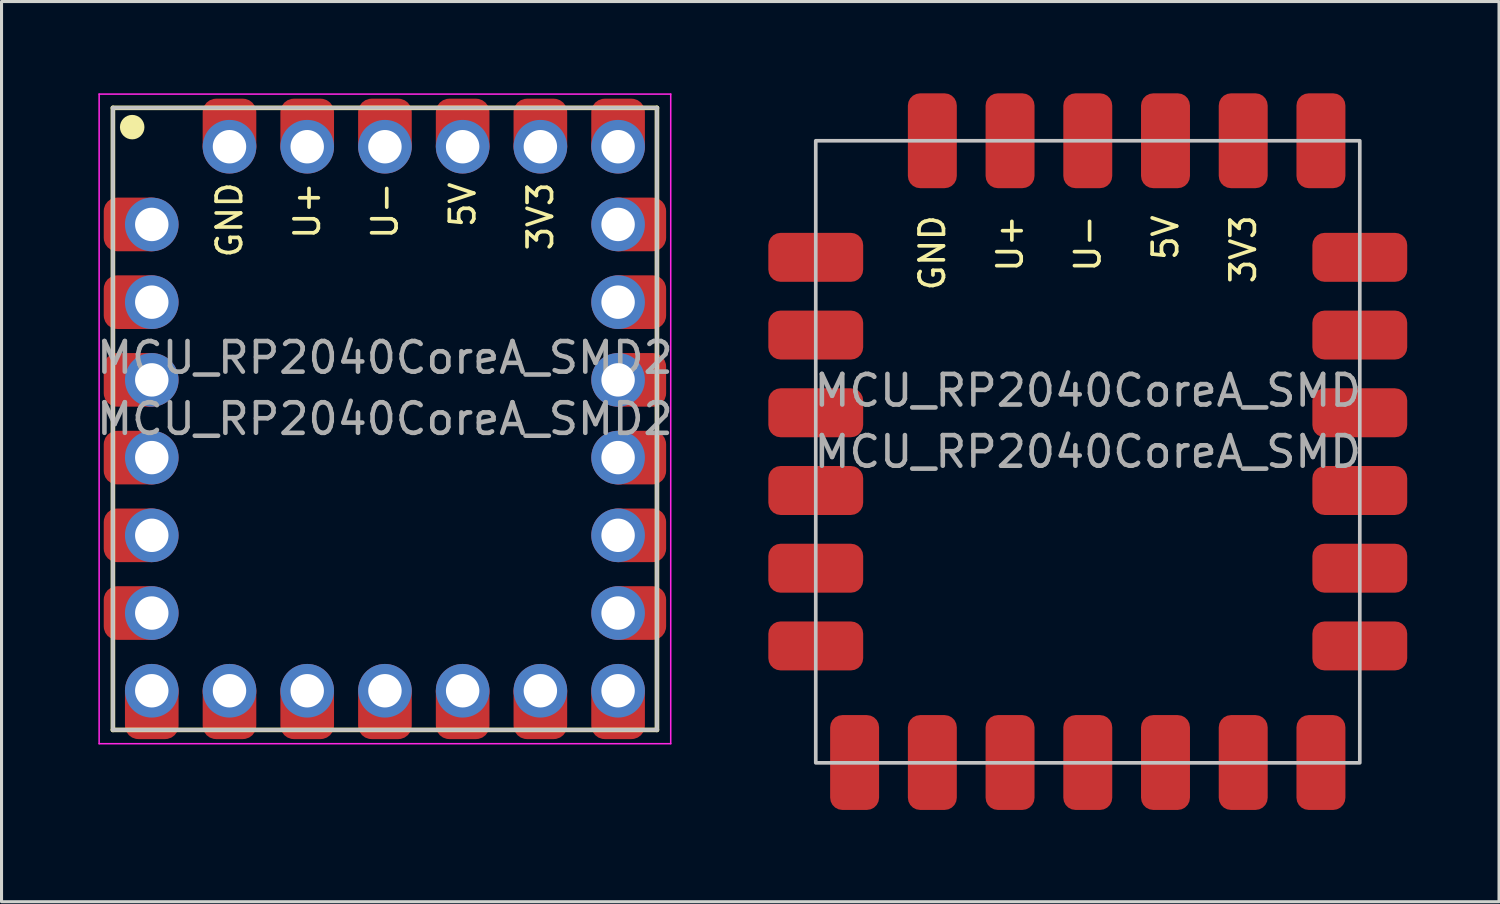
<source format=kicad_pcb>
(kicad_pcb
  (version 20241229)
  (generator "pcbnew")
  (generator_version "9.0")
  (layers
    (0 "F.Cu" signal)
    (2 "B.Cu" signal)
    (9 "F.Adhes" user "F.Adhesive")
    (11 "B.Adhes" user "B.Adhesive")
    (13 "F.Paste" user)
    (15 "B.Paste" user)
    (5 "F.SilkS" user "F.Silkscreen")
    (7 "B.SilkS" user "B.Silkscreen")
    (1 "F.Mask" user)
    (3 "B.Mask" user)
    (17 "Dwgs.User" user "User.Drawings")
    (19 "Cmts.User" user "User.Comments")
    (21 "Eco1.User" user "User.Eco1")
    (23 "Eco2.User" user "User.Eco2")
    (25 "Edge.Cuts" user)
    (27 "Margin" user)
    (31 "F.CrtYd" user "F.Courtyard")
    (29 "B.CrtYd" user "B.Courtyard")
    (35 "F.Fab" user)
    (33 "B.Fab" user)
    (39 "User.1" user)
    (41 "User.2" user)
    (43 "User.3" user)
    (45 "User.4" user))
  (footprint "MCU_RP2040CoreA_SMD2"
    (layer "F.Cu")
    (at 9.53 10.64)
    (property "Reference" "MCU_RP2040CoreA_SMD2" (at 0 -2 0) (layer "F.Fab") (effects (font (size 1 1) (thickness 0.15))))
    (fp_line (start -8.89 -10.165) (end -8.89 10.165) (stroke (width 0.15) (type default)) (layer "F.SilkS"))
    (fp_line (start -8.26 -9.535) (end -8.26 -9.535) (stroke (width 0.8) (type default)) (layer "F.SilkS"))
    (fp_line (start 8.89 -10.165) (end -8.89 -10.165) (stroke (width 0.15) (type default)) (layer "F.SilkS"))
    (fp_line (start 8.89 -10.165) (end 8.89 10.165) (stroke (width 0.15) (type default)) (layer "F.SilkS"))
    (fp_line (start 8.89 10.165) (end -8.89 10.165) (stroke (width 0.15) (type default)) (layer "F.SilkS"))
    (fp_line (start -8.89 -10.165) (end -8.89 10.165) (stroke (width 0.12) (type default)) (layer "Dwgs.User"))
    (fp_line (start -8.89 -10.165) (end 8.89 -10.165) (stroke (width 0.12) (type default)) (layer "Dwgs.User"))
    (fp_line (start 8.89 -10.165) (end 8.89 10.165) (stroke (width 0.12) (type default)) (layer "Dwgs.User"))
    (fp_line (start 8.89 10.165) (end -8.89 10.165) (stroke (width 0.12) (type default)) (layer "Dwgs.User"))
    (fp_line (start -9.34 -10.615) (end 9.34 -10.615) (stroke (width 0.05) (type default)) (layer "F.CrtYd"))
    (fp_line (start -9.34 10.615) (end -9.34 -10.615) (stroke (width 0.05) (type default)) (layer "F.CrtYd"))
    (fp_line (start 9.34 -10.615) (end 9.34 10.615) (stroke (width 0.05) (type default)) (layer "F.CrtYd"))
    (fp_line (start 9.34 10.615) (end -9.34 10.615) (stroke (width 0.05) (type default)) (layer "F.CrtYd"))
    (fp_text user "3V3" (at 5.08 -7.8 90) (layer "F.SilkS") (effects (font (size 0.8 0.8) (thickness 0.12)) (justify right)))
    (fp_text user "U-" (at 0 -7.8 90) (layer "F.SilkS") (effects (font (size 0.8 0.8) (thickness 0.12)) (justify right)))
    (fp_text user "5V" (at 2.54 -7.8 90) (layer "F.SilkS") (effects (font (size 0.8 0.8) (thickness 0.12)) (justify right)))
    (fp_text user "U+" (at -2.54 -7.8 90) (layer "F.SilkS") (effects (font (size 0.8 0.8) (thickness 0.12)) (justify right)))
    (fp_text user "GND" (at -5.08 -7.8 90) (layer "F.SilkS") (effects (font (size 0.8 0.8) (thickness 0.12)) (justify right)))
    (fp_text user "${REFERENCE}" (at 0 0 0) (unlocked yes) (layer "F.Fab") (effects (font (size 1 1) (thickness 0.15))))
    (pad "1" smd roundrect (at -8.19 -6.355) (size 2 1.753) (layers "F.Cu" "F.Mask") (roundrect_rratio 0.25) (chamfer_ratio 0.2) (chamfer))
    (pad "1" thru_hole circle (at -7.62 -6.355) (size 1.753 1.753) (drill 1.092) (layers "*.Cu" "*.Mask"))
    (pad "2" smd roundrect (at -8.19 -3.815) (size 2 1.753) (layers "F.Cu" "F.Mask") (roundrect_rratio 0.25) (chamfer_ratio 0.2) (chamfer))
    (pad "2" thru_hole circle (at -7.62 -3.815) (size 1.753 1.753) (drill 1.092) (layers "*.Cu" "*.Mask"))
    (pad "3" smd roundrect (at -8.19 -1.275) (size 2 1.753) (layers "F.Cu" "F.Mask") (roundrect_rratio 0.25) (chamfer_ratio 0.2) (chamfer))
    (pad "3" thru_hole circle (at -7.62 -1.275) (size 1.753 1.753) (drill 1.092) (layers "*.Cu" "*.Mask"))
    (pad "4" smd roundrect (at -8.19 1.265) (size 2 1.753) (layers "F.Cu" "F.Mask") (roundrect_rratio 0.25) (chamfer_ratio 0.2) (chamfer))
    (pad "4" thru_hole circle (at -7.62 1.265) (size 1.753 1.753) (drill 1.092) (layers "*.Cu" "*.Mask"))
    (pad "5" smd roundrect (at -8.19 3.805) (size 2 1.753) (layers "F.Cu" "F.Mask") (roundrect_rratio 0.25) (chamfer_ratio 0.2) (chamfer))
    (pad "5" thru_hole circle (at -7.62 3.805) (size 1.753 1.753) (drill 1.092) (layers "*.Cu" "*.Mask"))
    (pad "6" smd roundrect (at -8.19 6.345) (size 2 1.753) (layers "F.Cu" "F.Mask") (roundrect_rratio 0.25) (chamfer_ratio 0.2) (chamfer))
    (pad "6" thru_hole circle (at -7.62 6.345) (size 1.753 1.753) (drill 1.092) (layers "*.Cu" "*.Mask"))
    (pad "7" thru_hole circle (at -7.62 8.885) (size 1.753 1.753) (drill 1.092) (layers "*.Cu" "*.Mask"))
    (pad "7" smd roundrect (at -7.62 9.465 90) (size 2 1.753) (layers "F.Cu" "F.Mask") (roundrect_rratio 0.25) (chamfer_ratio 0.2) (chamfer))
    (pad "8" thru_hole circle (at -5.08 8.885 90) (size 1.753 1.753) (drill 1.092) (layers "*.Cu" "*.Mask"))
    (pad "8" smd roundrect (at -5.08 9.465 90) (size 2 1.753) (layers "F.Cu" "F.Mask") (roundrect_rratio 0.25) (chamfer_ratio 0.2) (chamfer))
    (pad "9" thru_hole circle (at -2.54 8.885 90) (size 1.753 1.753) (drill 1.092) (layers "*.Cu" "*.Mask"))
    (pad "9" smd roundrect (at -2.54 9.465 90) (size 2 1.753) (layers "F.Cu" "F.Mask") (roundrect_rratio 0.25) (chamfer_ratio 0.2) (chamfer))
    (pad "10" thru_hole circle (at 0 8.885 90) (size 1.753 1.753) (drill 1.092) (layers "*.Cu" "*.Mask"))
    (pad "10" smd roundrect (at 0 9.465 90) (size 2 1.753) (layers "F.Cu" "F.Mask") (roundrect_rratio 0.25) (chamfer_ratio 0.2) (chamfer))
    (pad "11" thru_hole circle (at 2.54 8.885 90) (size 1.753 1.753) (drill 1.092) (layers "*.Cu" "*.Mask"))
    (pad "11" smd roundrect (at 2.54 9.465 90) (size 2 1.753) (layers "F.Cu" "F.Mask") (roundrect_rratio 0.25) (chamfer_ratio 0.2) (chamfer))
    (pad "12" thru_hole circle (at 5.08 8.885 90) (size 1.753 1.753) (drill 1.092) (layers "*.Cu" "*.Mask"))
    (pad "12" smd roundrect (at 5.08 9.465 90) (size 2 1.753) (layers "F.Cu" "F.Mask") (roundrect_rratio 0.25) (chamfer_ratio 0.2) (chamfer))
    (pad "13" thru_hole circle (at 7.62 8.885) (size 1.753 1.753) (drill 1.092) (layers "*.Cu" "*.Mask"))
    (pad "13" smd roundrect (at 7.62 9.465 90) (size 2 1.753) (layers "F.Cu" "F.Mask") (roundrect_rratio 0.25) (chamfer_ratio 0.2) (chamfer))
    (pad "14" thru_hole circle (at 7.62 6.345) (size 1.753 1.753) (drill 1.092) (layers "*.Cu" "*.Mask"))
    (pad "14" smd roundrect (at 8.19 6.345 180) (size 2 1.753) (layers "F.Cu" "F.Mask") (roundrect_rratio 0.25) (chamfer_ratio 0.2) (chamfer))
    (pad "15" thru_hole circle (at 7.62 3.805) (size 1.753 1.753) (drill 1.092) (layers "*.Cu" "*.Mask"))
    (pad "15" smd roundrect (at 8.19 3.805 180) (size 2 1.753) (layers "F.Cu" "F.Mask") (roundrect_rratio 0.25) (chamfer_ratio 0.2) (chamfer))
    (pad "16" thru_hole circle (at 7.62 1.265) (size 1.753 1.753) (drill 1.092) (layers "*.Cu" "*.Mask"))
    (pad "16" smd roundrect (at 8.19 1.265 180) (size 2 1.753) (layers "F.Cu" "F.Mask") (roundrect_rratio 0.25) (chamfer_ratio 0.2) (chamfer))
    (pad "17" thru_hole circle (at 7.62 -1.275) (size 1.753 1.753) (drill 1.092) (layers "*.Cu" "*.Mask"))
    (pad "17" smd roundrect (at 8.19 -1.275 180) (size 2 1.753) (layers "F.Cu" "F.Mask") (roundrect_rratio 0.25) (chamfer_ratio 0.2) (chamfer))
    (pad "18" thru_hole circle (at 7.62 -3.815) (size 1.753 1.753) (drill 1.092) (layers "*.Cu" "*.Mask"))
    (pad "18" smd roundrect (at 8.19 -3.815 180) (size 2 1.753) (layers "F.Cu" "F.Mask") (roundrect_rratio 0.25) (chamfer_ratio 0.2) (chamfer))
    (pad "19" thru_hole circle (at 7.62 -6.355) (size 1.753 1.753) (drill 1.092) (layers "*.Cu" "*.Mask"))
    (pad "19" smd roundrect (at 8.19 -6.355 180) (size 2 1.753) (layers "F.Cu" "F.Mask") (roundrect_rratio 0.25) (chamfer_ratio 0.2) (chamfer))
    (pad "20" smd roundrect (at 7.62 -9.465 270) (size 2 1.753) (layers "F.Cu" "F.Mask") (roundrect_rratio 0.25) (chamfer_ratio 0.2) (chamfer))
    (pad "20" thru_hole circle (at 7.62 -8.895) (size 1.753 1.753) (drill 1.092) (layers "*.Cu" "*.Mask"))
    (pad "21" smd roundrect (at 5.08 -9.465 270) (size 2 1.753) (layers "F.Cu" "F.Mask") (roundrect_rratio 0.25) (chamfer_ratio 0.2) (chamfer))
    (pad "21" thru_hole circle (at 5.08 -8.895 90) (size 1.753 1.753) (drill 1.092) (layers "*.Cu" "*.Mask"))
    (pad "22" smd roundrect (at 2.54 -9.465 270) (size 2 1.753) (layers "F.Cu" "F.Mask") (roundrect_rratio 0.25) (chamfer_ratio 0.2) (chamfer))
    (pad "22" thru_hole circle (at 2.54 -8.895 90) (size 1.753 1.753) (drill 1.092) (layers "*.Cu" "*.Mask"))
    (pad "23" smd roundrect (at 0 -9.465 270) (size 2 1.753) (layers "F.Cu" "F.Mask") (roundrect_rratio 0.25) (chamfer_ratio 0.2) (chamfer))
    (pad "23" thru_hole circle (at 0 -8.895 90) (size 1.753 1.753) (drill 1.092) (layers "*.Cu" "*.Mask"))
    (pad "24" smd roundrect (at -2.54 -9.465 270) (size 2 1.753) (layers "F.Cu" "F.Mask") (roundrect_rratio 0.25) (chamfer_ratio 0.2) (chamfer))
    (pad "24" thru_hole circle (at -2.54 -8.895 90) (size 1.753 1.753) (drill 1.092) (layers "*.Cu" "*.Mask"))
    (pad "25" smd roundrect (at -5.08 -9.465 270) (size 2 1.753) (layers "F.Cu" "F.Mask") (roundrect_rratio 0.25) (chamfer_ratio 0.2) (chamfer))
    (pad "25" thru_hole circle (at -5.08 -8.895 90) (size 1.753 1.753) (drill 1.092) (layers "*.Cu" "*.Mask")))
  (footprint "MCU_RP2040CoreA_SMD"
    (layer "F.Cu")
    (at 32.5 11.715)
    (property "Reference" "MCU_RP2040CoreA_SMD" (at 0 -2 0) (layer "F.Fab") (effects (font (size 1 1) (thickness 0.15))))
    (fp_rect (start -8.89 -10.165) (end 8.89 10.165) (stroke (width 0.12) (type default)) (fill no) (layer "Dwgs.User"))
    (fp_text user "U+" (at -2.54 -7.8 90) (layer "F.SilkS") (effects (font (size 0.8 0.8) (thickness 0.12)) (justify right)))
    (fp_text user "3V3" (at 5.08 -7.8 90) (layer "F.SilkS") (effects (font (size 0.8 0.8) (thickness 0.12)) (justify right)))
    (fp_text user "5V" (at 2.54 -7.8 90) (layer "F.SilkS") (effects (font (size 0.8 0.8) (thickness 0.12)) (justify right)))
    (fp_text user "GND" (at -5.08 -7.8 90) (layer "F.SilkS") (effects (font (size 0.8 0.8) (thickness 0.12)) (justify right)))
    (fp_text user "U-" (at 0 -7.8 90) (layer "F.SilkS") (effects (font (size 0.8 0.8) (thickness 0.12)) (justify right)))
    (fp_text user "${REFERENCE}" (at 0 0 0) (unlocked yes) (layer "F.Fab") (effects (font (size 1 1) (thickness 0.15))))
    (pad "1" smd roundrect (at -8.89 -6.355) (size 3.1 1.6) (layers "F.Cu" "F.Mask" "F.Paste") (roundrect_rratio 0.25) (chamfer_ratio 0.2) (chamfer))
    (pad "2" smd roundrect (at -8.89 -3.815) (size 3.1 1.6) (layers "F.Cu" "F.Mask" "F.Paste") (roundrect_rratio 0.25) (chamfer_ratio 0.2) (chamfer))
    (pad "3" smd roundrect (at -8.89 -1.275) (size 3.1 1.6) (layers "F.Cu" "F.Mask" "F.Paste") (roundrect_rratio 0.25) (chamfer_ratio 0.2) (chamfer))
    (pad "4" smd roundrect (at -8.89 1.265) (size 3.1 1.6) (layers "F.Cu" "F.Mask" "F.Paste") (roundrect_rratio 0.25) (chamfer_ratio 0.2) (chamfer))
    (pad "5" smd roundrect (at -8.89 3.805) (size 3.1 1.6) (layers "F.Cu" "F.Mask" "F.Paste") (roundrect_rratio 0.25) (chamfer_ratio 0.2) (chamfer))
    (pad "6" smd roundrect (at -8.89 6.345) (size 3.1 1.6) (layers "F.Cu" "F.Mask" "F.Paste") (roundrect_rratio 0.25) (chamfer_ratio 0.2) (chamfer))
    (pad "7" smd roundrect (at -7.62 10.155 90) (size 3.1 1.6) (layers "F.Cu" "F.Mask" "F.Paste") (roundrect_rratio 0.25) (chamfer_ratio 0.2) (chamfer))
    (pad "8" smd roundrect (at -5.08 10.155 90) (size 3.1 1.6) (layers "F.Cu" "F.Mask" "F.Paste") (roundrect_rratio 0.25) (chamfer_ratio 0.2) (chamfer))
    (pad "9" smd roundrect (at -2.54 10.155 90) (size 3.1 1.6) (layers "F.Cu" "F.Mask" "F.Paste") (roundrect_rratio 0.25) (chamfer_ratio 0.2) (chamfer))
    (pad "10" smd roundrect (at 0 10.155 90) (size 3.1 1.6) (layers "F.Cu" "F.Mask" "F.Paste") (roundrect_rratio 0.25) (chamfer_ratio 0.2) (chamfer))
    (pad "11" smd roundrect (at 2.54 10.155 90) (size 3.1 1.6) (layers "F.Cu" "F.Mask" "F.Paste") (roundrect_rratio 0.25) (chamfer_ratio 0.2) (chamfer))
    (pad "12" smd roundrect (at 5.08 10.155 90) (size 3.1 1.6) (layers "F.Cu" "F.Mask" "F.Paste") (roundrect_rratio 0.25) (chamfer_ratio 0.2) (chamfer))
    (pad "13" smd roundrect (at 7.62 10.155 90) (size 3.1 1.6) (layers "F.Cu" "F.Mask" "F.Paste") (roundrect_rratio 0.25) (chamfer_ratio 0.2) (chamfer))
    (pad "14" smd roundrect (at 8.89 6.345) (size 3.1 1.6) (layers "F.Cu" "F.Mask" "F.Paste") (roundrect_rratio 0.25) (chamfer_ratio 0.2) (chamfer))
    (pad "15" smd roundrect (at 8.89 3.805) (size 3.1 1.6) (layers "F.Cu" "F.Mask" "F.Paste") (roundrect_rratio 0.25) (chamfer_ratio 0.2) (chamfer))
    (pad "16" smd roundrect (at 8.89 1.265) (size 3.1 1.6) (layers "F.Cu" "F.Mask" "F.Paste") (roundrect_rratio 0.25) (chamfer_ratio 0.2) (chamfer))
    (pad "17" smd roundrect (at 8.89 -1.275) (size 3.1 1.6) (layers "F.Cu" "F.Mask" "F.Paste") (roundrect_rratio 0.25) (chamfer_ratio 0.2) (chamfer))
    (pad "18" smd roundrect (at 8.89 -3.815) (size 3.1 1.6) (layers "F.Cu" "F.Mask" "F.Paste") (roundrect_rratio 0.25) (chamfer_ratio 0.2) (chamfer))
    (pad "19" smd roundrect (at 8.89 -6.355) (size 3.1 1.6) (layers "F.Cu" "F.Mask" "F.Paste") (roundrect_rratio 0.25) (chamfer_ratio 0.2) (chamfer))
    (pad "20" smd roundrect (at 7.62 -10.165 90) (size 3.1 1.6) (layers "F.Cu" "F.Mask" "F.Paste") (roundrect_rratio 0.25) (chamfer_ratio 0.2) (chamfer))
    (pad "21" smd roundrect (at 5.08 -10.165 90) (size 3.1 1.6) (layers "F.Cu" "F.Mask" "F.Paste") (roundrect_rratio 0.25) (chamfer_ratio 0.2) (chamfer))
    (pad "22" smd roundrect (at 2.54 -10.165 90) (size 3.1 1.6) (layers "F.Cu" "F.Mask" "F.Paste") (roundrect_rratio 0.25) (chamfer_ratio 0.2) (chamfer))
    (pad "23" smd roundrect (at 0 -10.165 90) (size 3.1 1.6) (layers "F.Cu" "F.Mask" "F.Paste") (roundrect_rratio 0.25) (chamfer_ratio 0.2) (chamfer))
    (pad "24" smd roundrect (at -2.54 -10.165 90) (size 3.1 1.6) (layers "F.Cu" "F.Mask" "F.Paste") (roundrect_rratio 0.25) (chamfer_ratio 0.2) (chamfer))
    (pad "25" smd roundrect (at -5.08 -10.165 90) (size 3.1 1.6) (layers "F.Cu" "F.Mask" "F.Paste") (roundrect_rratio 0.25) (chamfer_ratio 0.2) (chamfer)))
  (gr_rect
    (start -3 -3)
    (end 45.94 26.42)
    (stroke (width 0.1) (type default))
    (fill no)
    (layer "Edge.Cuts")))
</source>
